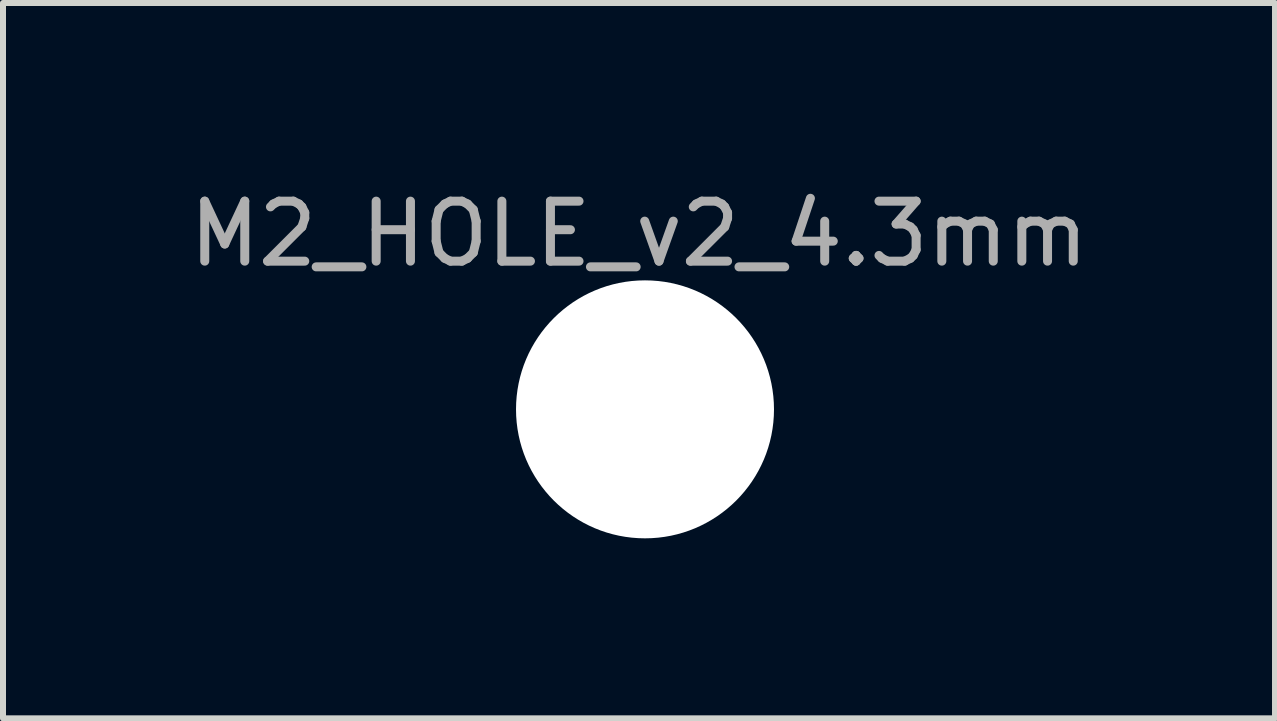
<source format=kicad_pcb>
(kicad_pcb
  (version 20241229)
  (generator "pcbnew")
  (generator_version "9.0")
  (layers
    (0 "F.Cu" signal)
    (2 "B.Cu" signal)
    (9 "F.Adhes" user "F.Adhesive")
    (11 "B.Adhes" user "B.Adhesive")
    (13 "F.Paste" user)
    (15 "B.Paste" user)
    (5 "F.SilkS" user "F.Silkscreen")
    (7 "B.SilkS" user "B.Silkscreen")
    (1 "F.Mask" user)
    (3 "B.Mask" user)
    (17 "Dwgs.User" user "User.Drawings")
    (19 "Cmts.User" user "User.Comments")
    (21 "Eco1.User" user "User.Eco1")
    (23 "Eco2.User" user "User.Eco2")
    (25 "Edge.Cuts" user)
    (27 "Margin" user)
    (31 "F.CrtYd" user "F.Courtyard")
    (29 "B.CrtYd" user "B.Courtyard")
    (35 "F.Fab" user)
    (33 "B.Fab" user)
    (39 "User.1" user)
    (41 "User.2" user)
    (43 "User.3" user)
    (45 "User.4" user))
  (footprint "M2_HOLE_v2_4.3mm"
    (layer "F.Cu")
    (at 7.701 3.773)
    (property "Reference" "M2_HOLE_v2_4.3mm" (at -0.1 -2.925 0) (layer "F.Fab") (effects (font (size 1 1) (thickness 0.15))))
    (attr exclude_from_pos_files exclude_from_bom)
    (pad "" np_thru_hole circle (at 0 0) (size 4.3 4.3) (drill 4.3) (layers "*.Cu" "*.Mask")))
  (gr_rect
    (start -3 -3)
    (end 18.202 8.923)
    (stroke (width 0.1) (type default))
    (fill no)
    (layer "Edge.Cuts")))
</source>
